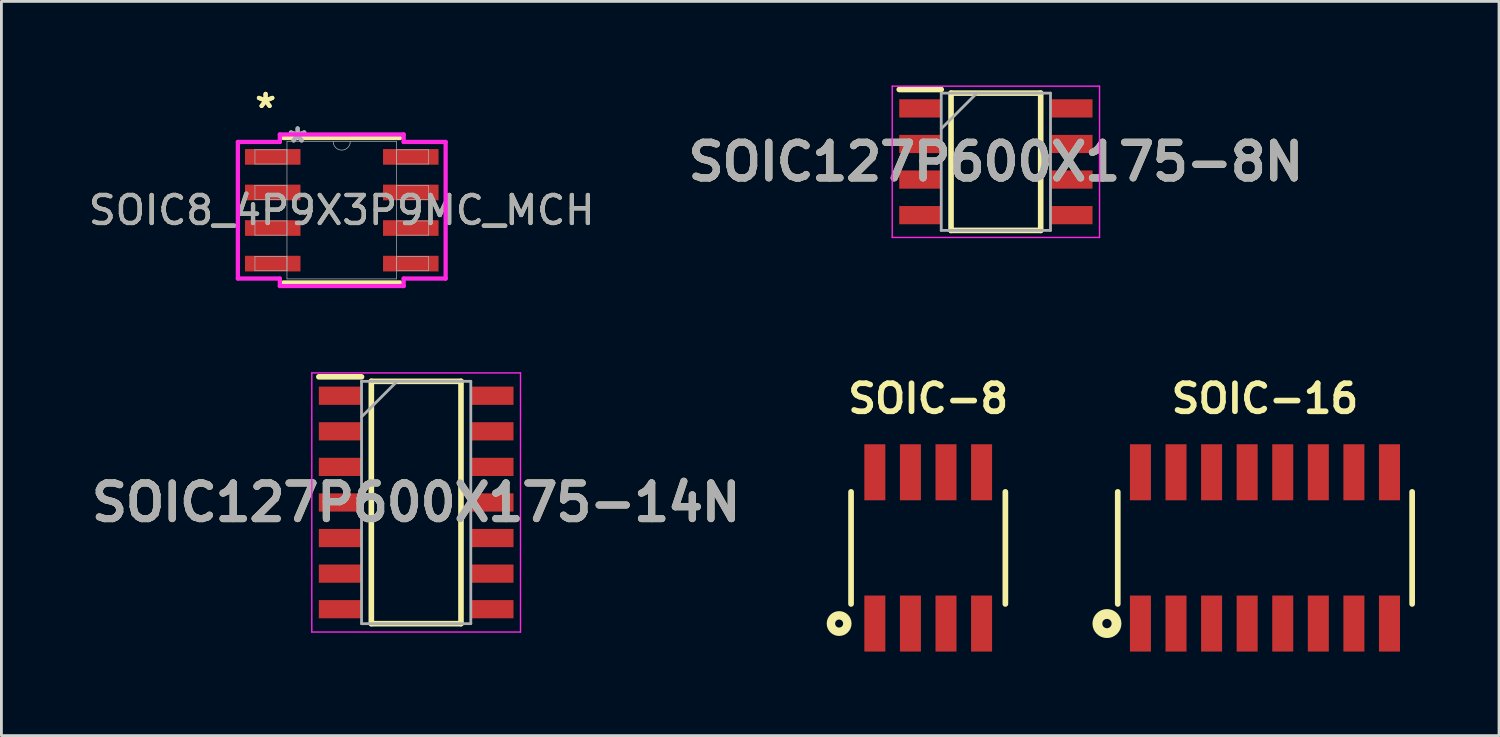
<source format=kicad_pcb>
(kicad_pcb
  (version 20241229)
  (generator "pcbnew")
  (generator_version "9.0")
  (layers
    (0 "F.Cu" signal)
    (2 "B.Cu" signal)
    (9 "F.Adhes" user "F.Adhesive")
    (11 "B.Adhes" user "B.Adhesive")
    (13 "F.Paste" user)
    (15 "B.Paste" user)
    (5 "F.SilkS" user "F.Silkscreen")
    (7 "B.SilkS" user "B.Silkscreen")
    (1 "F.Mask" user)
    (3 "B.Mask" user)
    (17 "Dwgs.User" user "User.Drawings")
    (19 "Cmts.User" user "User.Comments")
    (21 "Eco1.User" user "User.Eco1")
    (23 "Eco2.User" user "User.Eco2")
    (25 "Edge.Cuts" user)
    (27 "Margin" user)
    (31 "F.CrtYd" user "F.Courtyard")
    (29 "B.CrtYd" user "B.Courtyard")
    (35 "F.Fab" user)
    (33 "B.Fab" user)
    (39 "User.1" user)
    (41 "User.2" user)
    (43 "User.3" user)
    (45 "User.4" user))
  (footprint "SOIC127P600X175-8N"
    (layer "F.Cu")
    (at 32.498 2.725)
    (property "Reference" "SOIC127P600X175-8N" (at 0 0 0) (layer "F.SilkS") (effects (font (size 1.27 1.27) (thickness 0.254))))
    (attr smd)
    (fp_line (start -3.45 -2.58) (end -1.95 -2.58) (stroke (width 0.2) (type solid)) (layer "F.SilkS"))
    (fp_line (start -1.6 -2.45) (end 1.6 -2.45) (stroke (width 0.2) (type solid)) (layer "F.SilkS"))
    (fp_line (start -1.6 2.45) (end -1.6 -2.45) (stroke (width 0.2) (type solid)) (layer "F.SilkS"))
    (fp_line (start 1.6 -2.45) (end 1.6 2.45) (stroke (width 0.2) (type solid)) (layer "F.SilkS"))
    (fp_line (start 1.6 2.45) (end -1.6 2.45) (stroke (width 0.2) (type solid)) (layer "F.SilkS"))
    (fp_line (start -3.7 -2.7) (end 3.7 -2.7) (stroke (width 0.05) (type solid)) (layer "F.CrtYd"))
    (fp_line (start -3.7 2.7) (end -3.7 -2.7) (stroke (width 0.05) (type solid)) (layer "F.CrtYd"))
    (fp_line (start 3.7 -2.7) (end 3.7 2.7) (stroke (width 0.05) (type solid)) (layer "F.CrtYd"))
    (fp_line (start 3.7 2.7) (end -3.7 2.7) (stroke (width 0.05) (type solid)) (layer "F.CrtYd"))
    (fp_line (start -1.95 -2.45) (end 1.95 -2.45) (stroke (width 0.1) (type solid)) (layer "F.Fab"))
    (fp_line (start -1.95 -1.18) (end -0.68 -2.45) (stroke (width 0.1) (type solid)) (layer "F.Fab"))
    (fp_line (start -1.95 2.45) (end -1.95 -2.45) (stroke (width 0.1) (type solid)) (layer "F.Fab"))
    (fp_line (start 1.95 -2.45) (end 1.95 2.45) (stroke (width 0.1) (type solid)) (layer "F.Fab"))
    (fp_line (start 1.95 2.45) (end -1.95 2.45) (stroke (width 0.1) (type solid)) (layer "F.Fab"))
    (fp_text user "${REFERENCE}" (at 0 0 0) (layer "F.Fab") (effects (font (size 1.27 1.27) (thickness 0.254))))
    (pad "1" smd rect (at -2.7 -1.905 90) (size 0.65 1.5) (layers "F.Cu" "F.Mask" "F.Paste"))
    (pad "2" smd rect (at -2.7 -0.635 90) (size 0.65 1.5) (layers "F.Cu" "F.Mask" "F.Paste"))
    (pad "3" smd rect (at -2.7 0.635 90) (size 0.65 1.5) (layers "F.Cu" "F.Mask" "F.Paste"))
    (pad "4" smd rect (at -2.7 1.905 90) (size 0.65 1.5) (layers "F.Cu" "F.Mask" "F.Paste"))
    (pad "5" smd rect (at 2.7 1.905 90) (size 0.65 1.5) (layers "F.Cu" "F.Mask" "F.Paste"))
    (pad "6" smd rect (at 2.7 0.635 90) (size 0.65 1.5) (layers "F.Cu" "F.Mask" "F.Paste"))
    (pad "7" smd rect (at 2.7 -0.635 90) (size 0.65 1.5) (layers "F.Cu" "F.Mask" "F.Paste"))
    (pad "8" smd rect (at 2.7 -1.905 90) (size 0.65 1.5) (layers "F.Cu" "F.Mask" "F.Paste")))
  (footprint "SOIC127P600X175-14N"
    (layer "F.Cu")
    (at 11.805 14.886)
    (property "Reference" "SOIC127P600X175-14N" (at 0 0 0) (layer "F.SilkS") (effects (font (size 1.27 1.27) (thickness 0.254))))
    (attr smd)
    (fp_line (start -3.475 -4.485) (end -1.95 -4.485) (stroke (width 0.2) (type solid)) (layer "F.SilkS"))
    (fp_line (start -1.6 -4.325) (end 1.6 -4.325) (stroke (width 0.2) (type solid)) (layer "F.SilkS"))
    (fp_line (start -1.6 4.325) (end -1.6 -4.325) (stroke (width 0.2) (type solid)) (layer "F.SilkS"))
    (fp_line (start 1.6 -4.325) (end 1.6 4.325) (stroke (width 0.2) (type solid)) (layer "F.SilkS"))
    (fp_line (start 1.6 4.325) (end -1.6 4.325) (stroke (width 0.2) (type solid)) (layer "F.SilkS"))
    (fp_line (start -3.725 -4.625) (end 3.725 -4.625) (stroke (width 0.05) (type solid)) (layer "F.CrtYd"))
    (fp_line (start -3.725 4.625) (end -3.725 -4.625) (stroke (width 0.05) (type solid)) (layer "F.CrtYd"))
    (fp_line (start 3.725 -4.625) (end 3.725 4.625) (stroke (width 0.05) (type solid)) (layer "F.CrtYd"))
    (fp_line (start 3.725 4.625) (end -3.725 4.625) (stroke (width 0.05) (type solid)) (layer "F.CrtYd"))
    (fp_line (start -1.95 -4.325) (end 1.95 -4.325) (stroke (width 0.1) (type solid)) (layer "F.Fab"))
    (fp_line (start -1.95 -3.055) (end -0.68 -4.325) (stroke (width 0.1) (type solid)) (layer "F.Fab"))
    (fp_line (start -1.95 4.325) (end -1.95 -4.325) (stroke (width 0.1) (type solid)) (layer "F.Fab"))
    (fp_line (start 1.95 -4.325) (end 1.95 4.325) (stroke (width 0.1) (type solid)) (layer "F.Fab"))
    (fp_line (start 1.95 4.325) (end -1.95 4.325) (stroke (width 0.1) (type solid)) (layer "F.Fab"))
    (fp_text user "${REFERENCE}" (at 0 0 0) (layer "F.Fab") (effects (font (size 1.27 1.27) (thickness 0.254))))
    (pad "1" smd rect (at -2.712 -3.81 90) (size 0.65 1.525) (layers "F.Cu" "F.Mask" "F.Paste"))
    (pad "2" smd rect (at -2.712 -2.54 90) (size 0.65 1.525) (layers "F.Cu" "F.Mask" "F.Paste"))
    (pad "3" smd rect (at -2.712 -1.27 90) (size 0.65 1.525) (layers "F.Cu" "F.Mask" "F.Paste"))
    (pad "4" smd rect (at -2.712 0 90) (size 0.65 1.525) (layers "F.Cu" "F.Mask" "F.Paste"))
    (pad "5" smd rect (at -2.712 1.27 90) (size 0.65 1.525) (layers "F.Cu" "F.Mask" "F.Paste"))
    (pad "6" smd rect (at -2.712 2.54 90) (size 0.65 1.525) (layers "F.Cu" "F.Mask" "F.Paste"))
    (pad "7" smd rect (at -2.712 3.81 90) (size 0.65 1.525) (layers "F.Cu" "F.Mask" "F.Paste"))
    (pad "8" smd rect (at 2.712 3.81 90) (size 0.65 1.525) (layers "F.Cu" "F.Mask" "F.Paste"))
    (pad "9" smd rect (at 2.712 2.54 90) (size 0.65 1.525) (layers "F.Cu" "F.Mask" "F.Paste"))
    (pad "10" smd rect (at 2.712 1.27 90) (size 0.65 1.525) (layers "F.Cu" "F.Mask" "F.Paste"))
    (pad "11" smd rect (at 2.712 0 90) (size 0.65 1.525) (layers "F.Cu" "F.Mask" "F.Paste"))
    (pad "12" smd rect (at 2.712 -1.27 90) (size 0.65 1.525) (layers "F.Cu" "F.Mask" "F.Paste"))
    (pad "13" smd rect (at 2.712 -2.54 90) (size 0.65 1.525) (layers "F.Cu" "F.Mask" "F.Paste"))
    (pad "14" smd rect (at 2.712 -3.81 90) (size 0.65 1.525) (layers "F.Cu" "F.Mask" "F.Paste")))
  (footprint "SOIC-8"
    (layer "F.Cu")
    (at 30.083 16.508)
    (property "Reference" "SOIC-8" (at 0 -5.33 0) (layer "F.SilkS") (effects (font (size 1 1) (thickness 0.203))))
    (attr smd)
    (fp_line (start -2.754 2) (end -2.754 -2) (stroke (width 0.203) (type solid)) (layer "F.SilkS"))
    (fp_line (start 2.754 2) (end 2.754 -2) (stroke (width 0.203) (type solid)) (layer "F.SilkS"))
    (fp_circle (center -3.18 2.7) (end -3.04 2.73) (stroke (width 0.3) (type solid)) (fill no) (layer "F.SilkS"))
    (pad "1" smd rect (at -1.905 2.7) (size 0.75 2) (layers "F.Cu" "F.Mask" "F.Paste"))
    (pad "2" smd rect (at -0.635 2.7) (size 0.75 2) (layers "F.Cu" "F.Mask" "F.Paste"))
    (pad "3" smd rect (at 0.635 2.7) (size 0.75 2) (layers "F.Cu" "F.Mask" "F.Paste"))
    (pad "4" smd rect (at 1.905 2.7) (size 0.75 2) (layers "F.Cu" "F.Mask" "F.Paste"))
    (pad "5" smd rect (at 1.905 -2.7) (size 0.75 2) (layers "F.Cu" "F.Mask" "F.Paste"))
    (pad "6" smd rect (at 0.635 -2.7) (size 0.75 2) (layers "F.Cu" "F.Mask" "F.Paste"))
    (pad "7" smd rect (at -0.635 -2.7) (size 0.75 2) (layers "F.Cu" "F.Mask" "F.Paste"))
    (pad "8" smd rect (at -1.905 -2.7) (size 0.75 2) (layers "F.Cu" "F.Mask" "F.Paste")))
  (footprint "SOIC8_4P9X3P9MC_MCH"
    (layer "F.Cu")
    (at 9.149 4.455)
    (property "Reference" "SOIC8_4P9X3P9MC_MCH" (at 0 0 0) (unlocked yes) (layer "F.SilkS") (effects (font (size 1 1) (thickness 0.15))))
    (attr smd)
    (fp_line (start -2.083 2.578) (end 2.083 2.578) (stroke (width 0.152) (type solid)) (layer "F.SilkS"))
    (fp_line (start 2.083 -2.578) (end -2.083 -2.578) (stroke (width 0.152) (type solid)) (layer "F.SilkS"))
    (fp_line (start -3.708 -2.438) (end -2.21 -2.438) (stroke (width 0.152) (type solid)) (layer "F.CrtYd"))
    (fp_line (start -3.708 2.438) (end -3.708 -2.438) (stroke (width 0.152) (type solid)) (layer "F.CrtYd"))
    (fp_line (start -3.708 2.438) (end -2.21 2.438) (stroke (width 0.152) (type solid)) (layer "F.CrtYd"))
    (fp_line (start -2.21 -2.705) (end 2.21 -2.705) (stroke (width 0.152) (type solid)) (layer "F.CrtYd"))
    (fp_line (start -2.21 -2.438) (end -2.21 -2.705) (stroke (width 0.152) (type solid)) (layer "F.CrtYd"))
    (fp_line (start -2.21 2.705) (end -2.21 2.438) (stroke (width 0.152) (type solid)) (layer "F.CrtYd"))
    (fp_line (start 2.21 -2.705) (end 2.21 -2.438) (stroke (width 0.152) (type solid)) (layer "F.CrtYd"))
    (fp_line (start 2.21 2.438) (end 2.21 2.705) (stroke (width 0.152) (type solid)) (layer "F.CrtYd"))
    (fp_line (start 2.21 2.705) (end -2.21 2.705) (stroke (width 0.152) (type solid)) (layer "F.CrtYd"))
    (fp_line (start 3.708 -2.438) (end 2.21 -2.438) (stroke (width 0.152) (type solid)) (layer "F.CrtYd"))
    (fp_line (start 3.708 -2.438) (end 3.708 2.438) (stroke (width 0.152) (type solid)) (layer "F.CrtYd"))
    (fp_line (start 3.708 2.438) (end 2.21 2.438) (stroke (width 0.152) (type solid)) (layer "F.CrtYd"))
    (fp_line (start -3.099 -2.159) (end -3.099 -1.651) (stroke (width 0.025) (type solid)) (layer "F.Fab"))
    (fp_line (start -3.099 -1.651) (end -1.956 -1.651) (stroke (width 0.025) (type solid)) (layer "F.Fab"))
    (fp_line (start -3.099 -0.889) (end -3.099 -0.381) (stroke (width 0.025) (type solid)) (layer "F.Fab"))
    (fp_line (start -3.099 -0.381) (end -1.956 -0.381) (stroke (width 0.025) (type solid)) (layer "F.Fab"))
    (fp_line (start -3.099 0.381) (end -3.099 0.889) (stroke (width 0.025) (type solid)) (layer "F.Fab"))
    (fp_line (start -3.099 0.889) (end -1.956 0.889) (stroke (width 0.025) (type solid)) (layer "F.Fab"))
    (fp_line (start -3.099 1.651) (end -3.099 2.159) (stroke (width 0.025) (type solid)) (layer "F.Fab"))
    (fp_line (start -3.099 2.159) (end -1.956 2.159) (stroke (width 0.025) (type solid)) (layer "F.Fab"))
    (fp_line (start -1.956 -2.451) (end -1.956 2.451) (stroke (width 0.025) (type solid)) (layer "F.Fab"))
    (fp_line (start -1.956 -2.159) (end -3.099 -2.159) (stroke (width 0.025) (type solid)) (layer "F.Fab"))
    (fp_line (start -1.956 -1.651) (end -1.956 -2.159) (stroke (width 0.025) (type solid)) (layer "F.Fab"))
    (fp_line (start -1.956 -0.889) (end -3.099 -0.889) (stroke (width 0.025) (type solid)) (layer "F.Fab"))
    (fp_line (start -1.956 -0.381) (end -1.956 -0.889) (stroke (width 0.025) (type solid)) (layer "F.Fab"))
    (fp_line (start -1.956 0.381) (end -3.099 0.381) (stroke (width 0.025) (type solid)) (layer "F.Fab"))
    (fp_line (start -1.956 0.889) (end -1.956 0.381) (stroke (width 0.025) (type solid)) (layer "F.Fab"))
    (fp_line (start -1.956 1.651) (end -3.099 1.651) (stroke (width 0.025) (type solid)) (layer "F.Fab"))
    (fp_line (start -1.956 2.159) (end -1.956 1.651) (stroke (width 0.025) (type solid)) (layer "F.Fab"))
    (fp_line (start -1.956 2.451) (end 1.956 2.451) (stroke (width 0.025) (type solid)) (layer "F.Fab"))
    (fp_line (start 1.956 -2.451) (end -1.956 -2.451) (stroke (width 0.025) (type solid)) (layer "F.Fab"))
    (fp_line (start 1.956 -2.159) (end 1.956 -1.651) (stroke (width 0.025) (type solid)) (layer "F.Fab"))
    (fp_line (start 1.956 -1.651) (end 3.099 -1.651) (stroke (width 0.025) (type solid)) (layer "F.Fab"))
    (fp_line (start 1.956 -0.889) (end 1.956 -0.381) (stroke (width 0.025) (type solid)) (layer "F.Fab"))
    (fp_line (start 1.956 -0.381) (end 3.099 -0.381) (stroke (width 0.025) (type solid)) (layer "F.Fab"))
    (fp_line (start 1.956 0.381) (end 1.956 0.889) (stroke (width 0.025) (type solid)) (layer "F.Fab"))
    (fp_line (start 1.956 0.889) (end 3.099 0.889) (stroke (width 0.025) (type solid)) (layer "F.Fab"))
    (fp_line (start 1.956 1.651) (end 1.956 2.159) (stroke (width 0.025) (type solid)) (layer "F.Fab"))
    (fp_line (start 1.956 2.159) (end 3.099 2.159) (stroke (width 0.025) (type solid)) (layer "F.Fab"))
    (fp_line (start 1.956 2.451) (end 1.956 -2.451) (stroke (width 0.025) (type solid)) (layer "F.Fab"))
    (fp_line (start 3.099 -2.159) (end 1.956 -2.159) (stroke (width 0.025) (type solid)) (layer "F.Fab"))
    (fp_line (start 3.099 -1.651) (end 3.099 -2.159) (stroke (width 0.025) (type solid)) (layer "F.Fab"))
    (fp_line (start 3.099 -0.889) (end 1.956 -0.889) (stroke (width 0.025) (type solid)) (layer "F.Fab"))
    (fp_line (start 3.099 -0.381) (end 3.099 -0.889) (stroke (width 0.025) (type solid)) (layer "F.Fab"))
    (fp_line (start 3.099 0.381) (end 1.956 0.381) (stroke (width 0.025) (type solid)) (layer "F.Fab"))
    (fp_line (start 3.099 0.889) (end 3.099 0.381) (stroke (width 0.025) (type solid)) (layer "F.Fab"))
    (fp_line (start 3.099 1.651) (end 1.956 1.651) (stroke (width 0.025) (type solid)) (layer "F.Fab"))
    (fp_line (start 3.099 2.159) (end 3.099 1.651) (stroke (width 0.025) (type solid)) (layer "F.Fab"))
    (fp_arc (start 0.3048 -2.4511) (mid 0 -2.1463) (end -0.3048 -2.4511) (stroke (width 0.0254) (type solid)) (layer "F.Fab"))
    (fp_text user "*" (at -2.718 -3.607 0) (layer "F.SilkS") (effects (font (size 1 1) (thickness 0.15))))
    (fp_text user "*" (at -2.718 -3.607 0) (unlocked yes) (layer "F.SilkS") (effects (font (size 1 1) (thickness 0.15))))
    (fp_text user "*" (at -1.575 -2.375 0) (layer "F.Fab") (effects (font (size 1 1) (thickness 0.15))))
    (fp_text user "${REFERENCE}" (at 0 0 0) (unlocked yes) (layer "F.Fab") (effects (font (size 1 1) (thickness 0.15))))
    (fp_text user "*" (at -1.575 -2.375 0) (unlocked yes) (layer "F.Fab") (effects (font (size 1 1) (thickness 0.15))))
    (pad "1" smd rect (at -2.464 -1.905) (size 1.981 0.559) (layers "F.Cu" "F.Mask" "F.Paste"))
    (pad "2" smd rect (at -2.464 -0.635) (size 1.981 0.559) (layers "F.Cu" "F.Mask" "F.Paste"))
    (pad "3" smd rect (at -2.464 0.635) (size 1.981 0.559) (layers "F.Cu" "F.Mask" "F.Paste"))
    (pad "4" smd rect (at -2.464 1.905) (size 1.981 0.559) (layers "F.Cu" "F.Mask" "F.Paste"))
    (pad "5" smd rect (at 2.464 1.905) (size 1.981 0.559) (layers "F.Cu" "F.Mask" "F.Paste"))
    (pad "6" smd rect (at 2.464 0.635) (size 1.981 0.559) (layers "F.Cu" "F.Mask" "F.Paste"))
    (pad "7" smd rect (at 2.464 -0.635) (size 1.981 0.559) (layers "F.Cu" "F.Mask" "F.Paste"))
    (pad "8" smd rect (at 2.464 -1.905) (size 1.981 0.559) (layers "F.Cu" "F.Mask" "F.Paste")))
  (footprint "SOIC-16"
    (layer "F.Cu")
    (at 42.103 16.508)
    (property "Reference" "SOIC-16" (at 0 -5.33 0) (layer "F.SilkS") (effects (font (size 1 1) (thickness 0.203))))
    (attr smd)
    (fp_line (start -5.254 2) (end -5.254 -2) (stroke (width 0.203) (type solid)) (layer "F.SilkS"))
    (fp_line (start 5.254 2) (end 5.254 -2) (stroke (width 0.203) (type solid)) (layer "F.SilkS"))
    (fp_circle (center -5.64 2.7) (end -5.5 2.79) (stroke (width 0.35) (type solid)) (fill no) (layer "F.SilkS"))
    (pad "1" smd rect (at -4.445 2.7) (size 0.75 2) (layers "F.Cu" "F.Mask" "F.Paste"))
    (pad "2" smd rect (at -3.175 2.7) (size 0.75 2) (layers "F.Cu" "F.Mask" "F.Paste"))
    (pad "3" smd rect (at -1.905 2.7) (size 0.75 2) (layers "F.Cu" "F.Mask" "F.Paste"))
    (pad "4" smd rect (at -0.635 2.7) (size 0.75 2) (layers "F.Cu" "F.Mask" "F.Paste"))
    (pad "5" smd rect (at 0.635 2.7) (size 0.75 2) (layers "F.Cu" "F.Mask" "F.Paste"))
    (pad "6" smd rect (at 1.905 2.7) (size 0.75 2) (layers "F.Cu" "F.Mask" "F.Paste"))
    (pad "7" smd rect (at 3.175 2.7) (size 0.75 2) (layers "F.Cu" "F.Mask" "F.Paste"))
    (pad "8" smd rect (at 4.445 2.7) (size 0.75 2) (layers "F.Cu" "F.Mask" "F.Paste"))
    (pad "9" smd rect (at 4.445 -2.7) (size 0.75 2) (layers "F.Cu" "F.Mask" "F.Paste"))
    (pad "10" smd rect (at 3.175 -2.7) (size 0.75 2) (layers "F.Cu" "F.Mask" "F.Paste"))
    (pad "11" smd rect (at 1.905 -2.7) (size 0.75 2) (layers "F.Cu" "F.Mask" "F.Paste"))
    (pad "12" smd rect (at 0.635 -2.7) (size 0.75 2) (layers "F.Cu" "F.Mask" "F.Paste"))
    (pad "13" smd rect (at -0.635 -2.7) (size 0.75 2) (layers "F.Cu" "F.Mask" "F.Paste"))
    (pad "14" smd rect (at -1.905 -2.7) (size 0.75 2) (layers "F.Cu" "F.Mask" "F.Paste"))
    (pad "15" smd rect (at -3.175 -2.7) (size 0.75 2) (layers "F.Cu" "F.Mask" "F.Paste"))
    (pad "16" smd rect (at -4.445 -2.7) (size 0.75 2) (layers "F.Cu" "F.Mask" "F.Paste")))
  (gr_rect
    (start -3 -3)
    (end 50.458 23.208)
    (stroke (width 0.1) (type default))
    (fill no)
    (layer "Edge.Cuts")))
</source>
